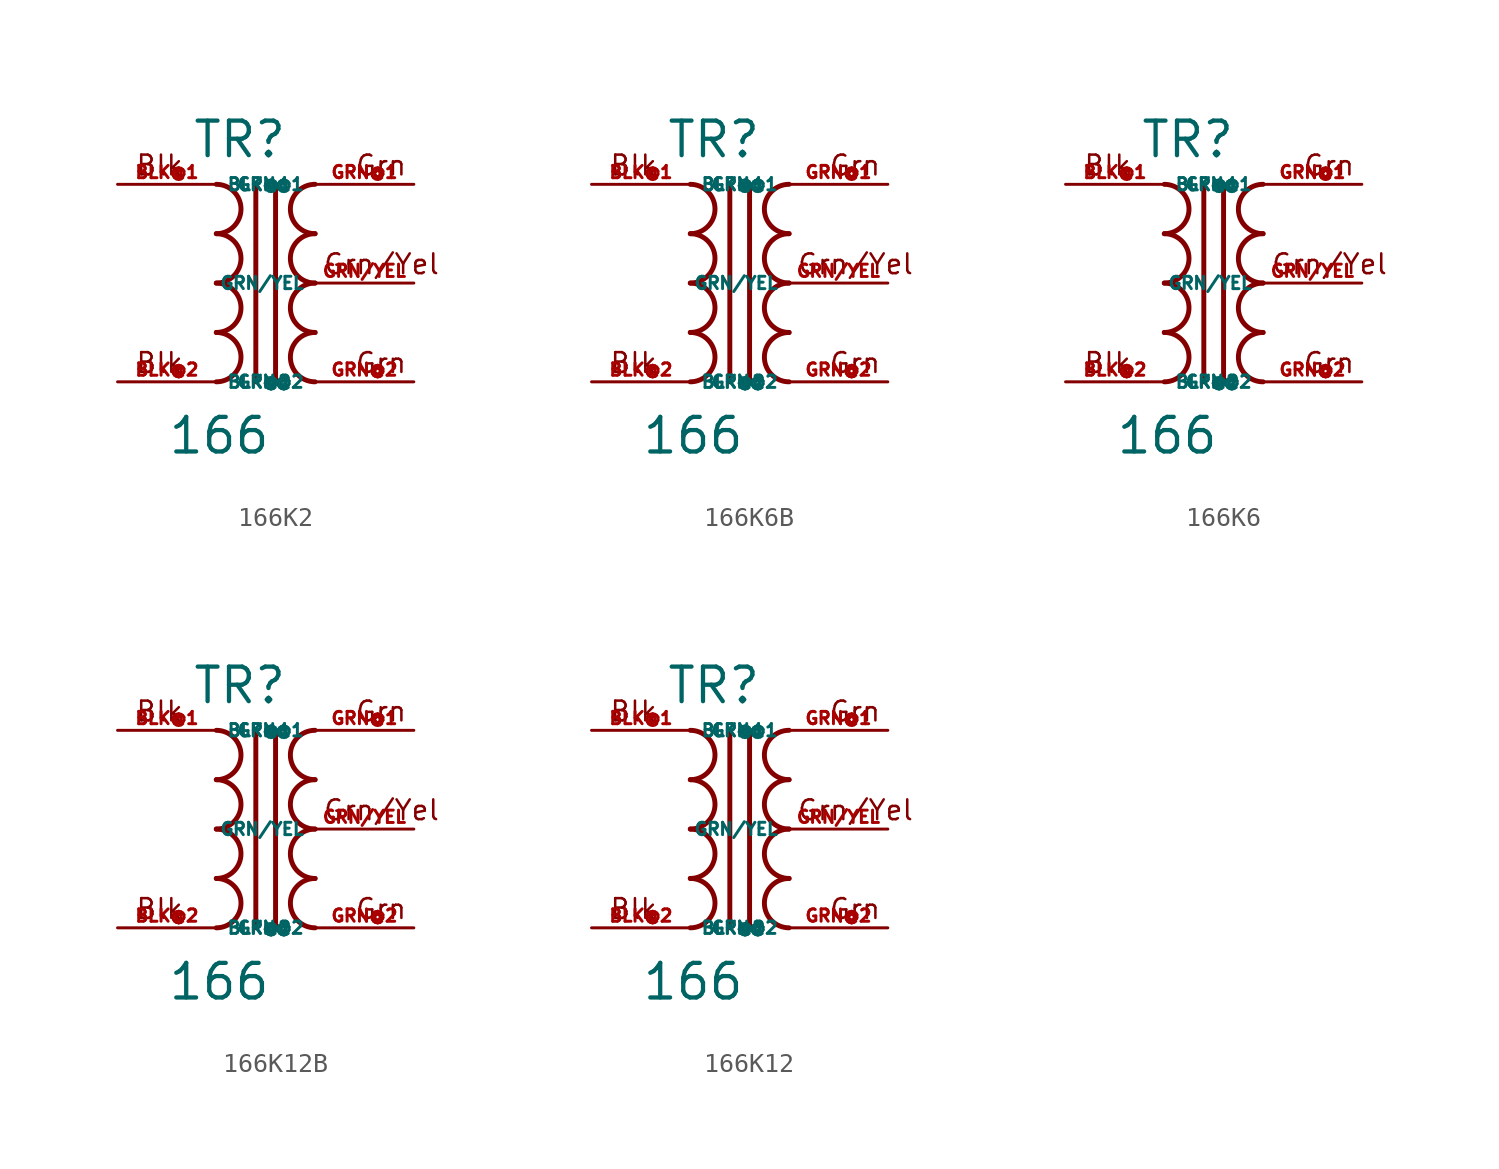
<source format=kicad_sym>
(kicad_symbol_lib
  (version 20220914)
  (generator Eagle2Kicad)
  (symbol "166K2"
    (property "Reference" "TR"
      (at -3.81 6.35 0)
      (effects (font (size 1.778 1.778) (thickness 0.22)) (justify left bottom)))
    (property "Value" "166"
      (at -5.08 -8.89 0)
      (effects (font (size 1.778 1.778) (thickness 0.22)) (justify left bottom)))
    (polyline
      (pts (xy -0.508 5.08) (xy -0.508 -5.08))
      (stroke (width 0.254) (type default))
      (fill (type none)))
    (arc
      (start -2.54 0)
      (mid -1.270 1.270)
      (end -2.54 2.54)
      (stroke (width 0.254) (type default))
      (fill (type none)))
    (arc
      (start -2.54 -2.54)
      (mid -1.270 -1.270)
      (end -2.54 0)
      (stroke (width 0.254) (type default))
      (fill (type none)))
    (arc
      (start -2.54 -5.08)
      (mid -1.270 -3.810)
      (end -2.54 -2.54)
      (stroke (width 0.254) (type default))
      (fill (type none)))
    (arc
      (start -2.54 2.54)
      (mid -1.270 3.810)
      (end -2.54 5.08)
      (stroke (width 0.254) (type default))
      (fill (type none)))
    (arc
      (start 2.54 2.54)
      (mid 1.270 1.270)
      (end 2.54 0)
      (stroke (width 0.254) (type default))
      (fill (type none)))
    (arc
      (start 2.54 5.08)
      (mid 1.270 3.810)
      (end 2.54 2.54)
      (stroke (width 0.254) (type default))
      (fill (type none)))
    (arc
      (start 2.54 0)
      (mid 1.270 -1.270)
      (end 2.54 -2.54)
      (stroke (width 0.254) (type default))
      (fill (type none)))
    (arc
      (start 2.54 -2.54)
      (mid 1.270 -3.810)
      (end 2.54 -5.08)
      (stroke (width 0.254) (type default))
      (fill (type none)))
    (polyline
      (pts (xy 0.508 5.08) (xy 0.508 -5.08))
      (stroke (width 0.254) (type default))
      (fill (type none)))
    (text "Blk"
      (at -6.731 5.461 0)
      (effects (font (size 1.016 1.016) (thickness 0.13)) (justify left bottom)))
    (text "Blk"
      (at -6.731 -4.699 0)
      (effects (font (size 1.016 1.016) (thickness 0.13)) (justify left bottom)))
    (text "Grn"
      (at 4.572 5.461 0)
      (effects (font (size 1.016 1.016) (thickness 0.13)) (justify left bottom)))
    (text "Grn"
      (at 4.572 -4.699 0)
      (effects (font (size 1.016 1.016) (thickness 0.13)) (justify left bottom)))
    (text "Grn/Yel"
      (at 2.921 0.381 0)
      (effects (font (size 1.016 1.016) (thickness 0.13)) (justify left bottom)))
    (pin passive line
      (at -7.62 5.08 0)
      (length 5.08)
      (name "BLK@1" (effects (font (size 0.635 0.635) (thickness 0.08)) (justify left bottom)))
      (number "BLK@1" (effects (font (size 0.635 0.635) (thickness 0.08)) (justify left bottom))))
    (pin passive line
      (at -7.62 -5.08 0)
      (length 5.08)
      (name "BLK@2" (effects (font (size 0.635 0.635) (thickness 0.08)) (justify left bottom)))
      (number "BLK@2" (effects (font (size 0.635 0.635) (thickness 0.08)) (justify left bottom))))
    (pin passive line
      (at 7.62 5.08 180)
      (length 5.08)
      (name "GRN@1" (effects (font (size 0.635 0.635) (thickness 0.08)) (justify left bottom)))
      (number "GRN@1" (effects (font (size 0.635 0.635) (thickness 0.08)) (justify left bottom))))
    (pin passive line
      (at 7.62 0 180)
      (length 5.08)
      (name "GRN/YEL" (effects (font (size 0.635 0.635) (thickness 0.08)) (justify left bottom)))
      (number "GRN/YEL" (effects (font (size 0.635 0.635) (thickness 0.08)) (justify left bottom))))
    (pin passive line
      (at 7.62 -5.08 180)
      (length 5.08)
      (name "GRN@2" (effects (font (size 0.635 0.635) (thickness 0.08)) (justify left bottom)))
      (number "GRN@2" (effects (font (size 0.635 0.635) (thickness 0.08)) (justify left bottom)))))
  (symbol "166K6B"
    (property "Reference" "TR"
      (at -3.81 6.35 0)
      (effects (font (size 1.778 1.778) (thickness 0.22)) (justify left bottom)))
    (property "Value" "166"
      (at -5.08 -8.89 0)
      (effects (font (size 1.778 1.778) (thickness 0.22)) (justify left bottom)))
    (polyline
      (pts (xy -0.508 5.08) (xy -0.508 -5.08))
      (stroke (width 0.254) (type default))
      (fill (type none)))
    (arc
      (start -2.54 0)
      (mid -1.270 1.270)
      (end -2.54 2.54)
      (stroke (width 0.254) (type default))
      (fill (type none)))
    (arc
      (start -2.54 -2.54)
      (mid -1.270 -1.270)
      (end -2.54 0)
      (stroke (width 0.254) (type default))
      (fill (type none)))
    (arc
      (start -2.54 -5.08)
      (mid -1.270 -3.810)
      (end -2.54 -2.54)
      (stroke (width 0.254) (type default))
      (fill (type none)))
    (arc
      (start -2.54 2.54)
      (mid -1.270 3.810)
      (end -2.54 5.08)
      (stroke (width 0.254) (type default))
      (fill (type none)))
    (arc
      (start 2.54 2.54)
      (mid 1.270 1.270)
      (end 2.54 0)
      (stroke (width 0.254) (type default))
      (fill (type none)))
    (arc
      (start 2.54 5.08)
      (mid 1.270 3.810)
      (end 2.54 2.54)
      (stroke (width 0.254) (type default))
      (fill (type none)))
    (arc
      (start 2.54 0)
      (mid 1.270 -1.270)
      (end 2.54 -2.54)
      (stroke (width 0.254) (type default))
      (fill (type none)))
    (arc
      (start 2.54 -2.54)
      (mid 1.270 -3.810)
      (end 2.54 -5.08)
      (stroke (width 0.254) (type default))
      (fill (type none)))
    (polyline
      (pts (xy 0.508 5.08) (xy 0.508 -5.08))
      (stroke (width 0.254) (type default))
      (fill (type none)))
    (text "Blk"
      (at -6.731 5.461 0)
      (effects (font (size 1.016 1.016) (thickness 0.13)) (justify left bottom)))
    (text "Blk"
      (at -6.731 -4.699 0)
      (effects (font (size 1.016 1.016) (thickness 0.13)) (justify left bottom)))
    (text "Grn"
      (at 4.572 5.461 0)
      (effects (font (size 1.016 1.016) (thickness 0.13)) (justify left bottom)))
    (text "Grn"
      (at 4.572 -4.699 0)
      (effects (font (size 1.016 1.016) (thickness 0.13)) (justify left bottom)))
    (text "Grn/Yel"
      (at 2.921 0.381 0)
      (effects (font (size 1.016 1.016) (thickness 0.13)) (justify left bottom)))
    (pin passive line
      (at -7.62 5.08 0)
      (length 5.08)
      (name "BLK@1" (effects (font (size 0.635 0.635) (thickness 0.08)) (justify left bottom)))
      (number "BLK@1" (effects (font (size 0.635 0.635) (thickness 0.08)) (justify left bottom))))
    (pin passive line
      (at -7.62 -5.08 0)
      (length 5.08)
      (name "BLK@2" (effects (font (size 0.635 0.635) (thickness 0.08)) (justify left bottom)))
      (number "BLK@2" (effects (font (size 0.635 0.635) (thickness 0.08)) (justify left bottom))))
    (pin passive line
      (at 7.62 5.08 180)
      (length 5.08)
      (name "GRN@1" (effects (font (size 0.635 0.635) (thickness 0.08)) (justify left bottom)))
      (number "GRN@1" (effects (font (size 0.635 0.635) (thickness 0.08)) (justify left bottom))))
    (pin passive line
      (at 7.62 0 180)
      (length 5.08)
      (name "GRN/YEL" (effects (font (size 0.635 0.635) (thickness 0.08)) (justify left bottom)))
      (number "GRN/YEL" (effects (font (size 0.635 0.635) (thickness 0.08)) (justify left bottom))))
    (pin passive line
      (at 7.62 -5.08 180)
      (length 5.08)
      (name "GRN@2" (effects (font (size 0.635 0.635) (thickness 0.08)) (justify left bottom)))
      (number "GRN@2" (effects (font (size 0.635 0.635) (thickness 0.08)) (justify left bottom)))))
  (symbol "166K6"
    (property "Reference" "TR"
      (at -3.81 6.35 0)
      (effects (font (size 1.778 1.778) (thickness 0.22)) (justify left bottom)))
    (property "Value" "166"
      (at -5.08 -8.89 0)
      (effects (font (size 1.778 1.778) (thickness 0.22)) (justify left bottom)))
    (polyline
      (pts (xy -0.508 5.08) (xy -0.508 -5.08))
      (stroke (width 0.254) (type default))
      (fill (type none)))
    (arc
      (start -2.54 0)
      (mid -1.270 1.270)
      (end -2.54 2.54)
      (stroke (width 0.254) (type default))
      (fill (type none)))
    (arc
      (start -2.54 -2.54)
      (mid -1.270 -1.270)
      (end -2.54 0)
      (stroke (width 0.254) (type default))
      (fill (type none)))
    (arc
      (start -2.54 -5.08)
      (mid -1.270 -3.810)
      (end -2.54 -2.54)
      (stroke (width 0.254) (type default))
      (fill (type none)))
    (arc
      (start -2.54 2.54)
      (mid -1.270 3.810)
      (end -2.54 5.08)
      (stroke (width 0.254) (type default))
      (fill (type none)))
    (arc
      (start 2.54 2.54)
      (mid 1.270 1.270)
      (end 2.54 0)
      (stroke (width 0.254) (type default))
      (fill (type none)))
    (arc
      (start 2.54 5.08)
      (mid 1.270 3.810)
      (end 2.54 2.54)
      (stroke (width 0.254) (type default))
      (fill (type none)))
    (arc
      (start 2.54 0)
      (mid 1.270 -1.270)
      (end 2.54 -2.54)
      (stroke (width 0.254) (type default))
      (fill (type none)))
    (arc
      (start 2.54 -2.54)
      (mid 1.270 -3.810)
      (end 2.54 -5.08)
      (stroke (width 0.254) (type default))
      (fill (type none)))
    (polyline
      (pts (xy 0.508 5.08) (xy 0.508 -5.08))
      (stroke (width 0.254) (type default))
      (fill (type none)))
    (text "Blk"
      (at -6.731 5.461 0)
      (effects (font (size 1.016 1.016) (thickness 0.13)) (justify left bottom)))
    (text "Blk"
      (at -6.731 -4.699 0)
      (effects (font (size 1.016 1.016) (thickness 0.13)) (justify left bottom)))
    (text "Grn"
      (at 4.572 5.461 0)
      (effects (font (size 1.016 1.016) (thickness 0.13)) (justify left bottom)))
    (text "Grn"
      (at 4.572 -4.699 0)
      (effects (font (size 1.016 1.016) (thickness 0.13)) (justify left bottom)))
    (text "Grn/Yel"
      (at 2.921 0.381 0)
      (effects (font (size 1.016 1.016) (thickness 0.13)) (justify left bottom)))
    (pin passive line
      (at -7.62 5.08 0)
      (length 5.08)
      (name "BLK@1" (effects (font (size 0.635 0.635) (thickness 0.08)) (justify left bottom)))
      (number "BLK@1" (effects (font (size 0.635 0.635) (thickness 0.08)) (justify left bottom))))
    (pin passive line
      (at -7.62 -5.08 0)
      (length 5.08)
      (name "BLK@2" (effects (font (size 0.635 0.635) (thickness 0.08)) (justify left bottom)))
      (number "BLK@2" (effects (font (size 0.635 0.635) (thickness 0.08)) (justify left bottom))))
    (pin passive line
      (at 7.62 5.08 180)
      (length 5.08)
      (name "GRN@1" (effects (font (size 0.635 0.635) (thickness 0.08)) (justify left bottom)))
      (number "GRN@1" (effects (font (size 0.635 0.635) (thickness 0.08)) (justify left bottom))))
    (pin passive line
      (at 7.62 0 180)
      (length 5.08)
      (name "GRN/YEL" (effects (font (size 0.635 0.635) (thickness 0.08)) (justify left bottom)))
      (number "GRN/YEL" (effects (font (size 0.635 0.635) (thickness 0.08)) (justify left bottom))))
    (pin passive line
      (at 7.62 -5.08 180)
      (length 5.08)
      (name "GRN@2" (effects (font (size 0.635 0.635) (thickness 0.08)) (justify left bottom)))
      (number "GRN@2" (effects (font (size 0.635 0.635) (thickness 0.08)) (justify left bottom)))))
  (symbol "166K12B"
    (property "Reference" "TR"
      (at -3.81 6.35 0)
      (effects (font (size 1.778 1.778) (thickness 0.22)) (justify left bottom)))
    (property "Value" "166"
      (at -5.08 -8.89 0)
      (effects (font (size 1.778 1.778) (thickness 0.22)) (justify left bottom)))
    (polyline
      (pts (xy -0.508 5.08) (xy -0.508 -5.08))
      (stroke (width 0.254) (type default))
      (fill (type none)))
    (arc
      (start -2.54 0)
      (mid -1.270 1.270)
      (end -2.54 2.54)
      (stroke (width 0.254) (type default))
      (fill (type none)))
    (arc
      (start -2.54 -2.54)
      (mid -1.270 -1.270)
      (end -2.54 0)
      (stroke (width 0.254) (type default))
      (fill (type none)))
    (arc
      (start -2.54 -5.08)
      (mid -1.270 -3.810)
      (end -2.54 -2.54)
      (stroke (width 0.254) (type default))
      (fill (type none)))
    (arc
      (start -2.54 2.54)
      (mid -1.270 3.810)
      (end -2.54 5.08)
      (stroke (width 0.254) (type default))
      (fill (type none)))
    (arc
      (start 2.54 2.54)
      (mid 1.270 1.270)
      (end 2.54 0)
      (stroke (width 0.254) (type default))
      (fill (type none)))
    (arc
      (start 2.54 5.08)
      (mid 1.270 3.810)
      (end 2.54 2.54)
      (stroke (width 0.254) (type default))
      (fill (type none)))
    (arc
      (start 2.54 0)
      (mid 1.270 -1.270)
      (end 2.54 -2.54)
      (stroke (width 0.254) (type default))
      (fill (type none)))
    (arc
      (start 2.54 -2.54)
      (mid 1.270 -3.810)
      (end 2.54 -5.08)
      (stroke (width 0.254) (type default))
      (fill (type none)))
    (polyline
      (pts (xy 0.508 5.08) (xy 0.508 -5.08))
      (stroke (width 0.254) (type default))
      (fill (type none)))
    (text "Blk"
      (at -6.731 5.461 0)
      (effects (font (size 1.016 1.016) (thickness 0.13)) (justify left bottom)))
    (text "Blk"
      (at -6.731 -4.699 0)
      (effects (font (size 1.016 1.016) (thickness 0.13)) (justify left bottom)))
    (text "Grn"
      (at 4.572 5.461 0)
      (effects (font (size 1.016 1.016) (thickness 0.13)) (justify left bottom)))
    (text "Grn"
      (at 4.572 -4.699 0)
      (effects (font (size 1.016 1.016) (thickness 0.13)) (justify left bottom)))
    (text "Grn/Yel"
      (at 2.921 0.381 0)
      (effects (font (size 1.016 1.016) (thickness 0.13)) (justify left bottom)))
    (pin passive line
      (at -7.62 5.08 0)
      (length 5.08)
      (name "BLK@1" (effects (font (size 0.635 0.635) (thickness 0.08)) (justify left bottom)))
      (number "BLK@1" (effects (font (size 0.635 0.635) (thickness 0.08)) (justify left bottom))))
    (pin passive line
      (at -7.62 -5.08 0)
      (length 5.08)
      (name "BLK@2" (effects (font (size 0.635 0.635) (thickness 0.08)) (justify left bottom)))
      (number "BLK@2" (effects (font (size 0.635 0.635) (thickness 0.08)) (justify left bottom))))
    (pin passive line
      (at 7.62 5.08 180)
      (length 5.08)
      (name "GRN@1" (effects (font (size 0.635 0.635) (thickness 0.08)) (justify left bottom)))
      (number "GRN@1" (effects (font (size 0.635 0.635) (thickness 0.08)) (justify left bottom))))
    (pin passive line
      (at 7.62 0 180)
      (length 5.08)
      (name "GRN/YEL" (effects (font (size 0.635 0.635) (thickness 0.08)) (justify left bottom)))
      (number "GRN/YEL" (effects (font (size 0.635 0.635) (thickness 0.08)) (justify left bottom))))
    (pin passive line
      (at 7.62 -5.08 180)
      (length 5.08)
      (name "GRN@2" (effects (font (size 0.635 0.635) (thickness 0.08)) (justify left bottom)))
      (number "GRN@2" (effects (font (size 0.635 0.635) (thickness 0.08)) (justify left bottom)))))
  (symbol "166K12"
    (property "Reference" "TR"
      (at -3.81 6.35 0)
      (effects (font (size 1.778 1.778) (thickness 0.22)) (justify left bottom)))
    (property "Value" "166"
      (at -5.08 -8.89 0)
      (effects (font (size 1.778 1.778) (thickness 0.22)) (justify left bottom)))
    (polyline
      (pts (xy -0.508 5.08) (xy -0.508 -5.08))
      (stroke (width 0.254) (type default))
      (fill (type none)))
    (arc
      (start -2.54 0)
      (mid -1.270 1.270)
      (end -2.54 2.54)
      (stroke (width 0.254) (type default))
      (fill (type none)))
    (arc
      (start -2.54 -2.54)
      (mid -1.270 -1.270)
      (end -2.54 0)
      (stroke (width 0.254) (type default))
      (fill (type none)))
    (arc
      (start -2.54 -5.08)
      (mid -1.270 -3.810)
      (end -2.54 -2.54)
      (stroke (width 0.254) (type default))
      (fill (type none)))
    (arc
      (start -2.54 2.54)
      (mid -1.270 3.810)
      (end -2.54 5.08)
      (stroke (width 0.254) (type default))
      (fill (type none)))
    (arc
      (start 2.54 2.54)
      (mid 1.270 1.270)
      (end 2.54 0)
      (stroke (width 0.254) (type default))
      (fill (type none)))
    (arc
      (start 2.54 5.08)
      (mid 1.270 3.810)
      (end 2.54 2.54)
      (stroke (width 0.254) (type default))
      (fill (type none)))
    (arc
      (start 2.54 0)
      (mid 1.270 -1.270)
      (end 2.54 -2.54)
      (stroke (width 0.254) (type default))
      (fill (type none)))
    (arc
      (start 2.54 -2.54)
      (mid 1.270 -3.810)
      (end 2.54 -5.08)
      (stroke (width 0.254) (type default))
      (fill (type none)))
    (polyline
      (pts (xy 0.508 5.08) (xy 0.508 -5.08))
      (stroke (width 0.254) (type default))
      (fill (type none)))
    (text "Blk"
      (at -6.731 5.461 0)
      (effects (font (size 1.016 1.016) (thickness 0.13)) (justify left bottom)))
    (text "Blk"
      (at -6.731 -4.699 0)
      (effects (font (size 1.016 1.016) (thickness 0.13)) (justify left bottom)))
    (text "Grn"
      (at 4.572 5.461 0)
      (effects (font (size 1.016 1.016) (thickness 0.13)) (justify left bottom)))
    (text "Grn"
      (at 4.572 -4.699 0)
      (effects (font (size 1.016 1.016) (thickness 0.13)) (justify left bottom)))
    (text "Grn/Yel"
      (at 2.921 0.381 0)
      (effects (font (size 1.016 1.016) (thickness 0.13)) (justify left bottom)))
    (pin passive line
      (at -7.62 5.08 0)
      (length 5.08)
      (name "BLK@1" (effects (font (size 0.635 0.635) (thickness 0.08)) (justify left bottom)))
      (number "BLK@1" (effects (font (size 0.635 0.635) (thickness 0.08)) (justify left bottom))))
    (pin passive line
      (at -7.62 -5.08 0)
      (length 5.08)
      (name "BLK@2" (effects (font (size 0.635 0.635) (thickness 0.08)) (justify left bottom)))
      (number "BLK@2" (effects (font (size 0.635 0.635) (thickness 0.08)) (justify left bottom))))
    (pin passive line
      (at 7.62 5.08 180)
      (length 5.08)
      (name "GRN@1" (effects (font (size 0.635 0.635) (thickness 0.08)) (justify left bottom)))
      (number "GRN@1" (effects (font (size 0.635 0.635) (thickness 0.08)) (justify left bottom))))
    (pin passive line
      (at 7.62 0 180)
      (length 5.08)
      (name "GRN/YEL" (effects (font (size 0.635 0.635) (thickness 0.08)) (justify left bottom)))
      (number "GRN/YEL" (effects (font (size 0.635 0.635) (thickness 0.08)) (justify left bottom))))
    (pin passive line
      (at 7.62 -5.08 180)
      (length 5.08)
      (name "GRN@2" (effects (font (size 0.635 0.635) (thickness 0.08)) (justify left bottom)))
      (number "GRN@2" (effects (font (size 0.635 0.635) (thickness 0.08)) (justify left bottom))))))
</source>
